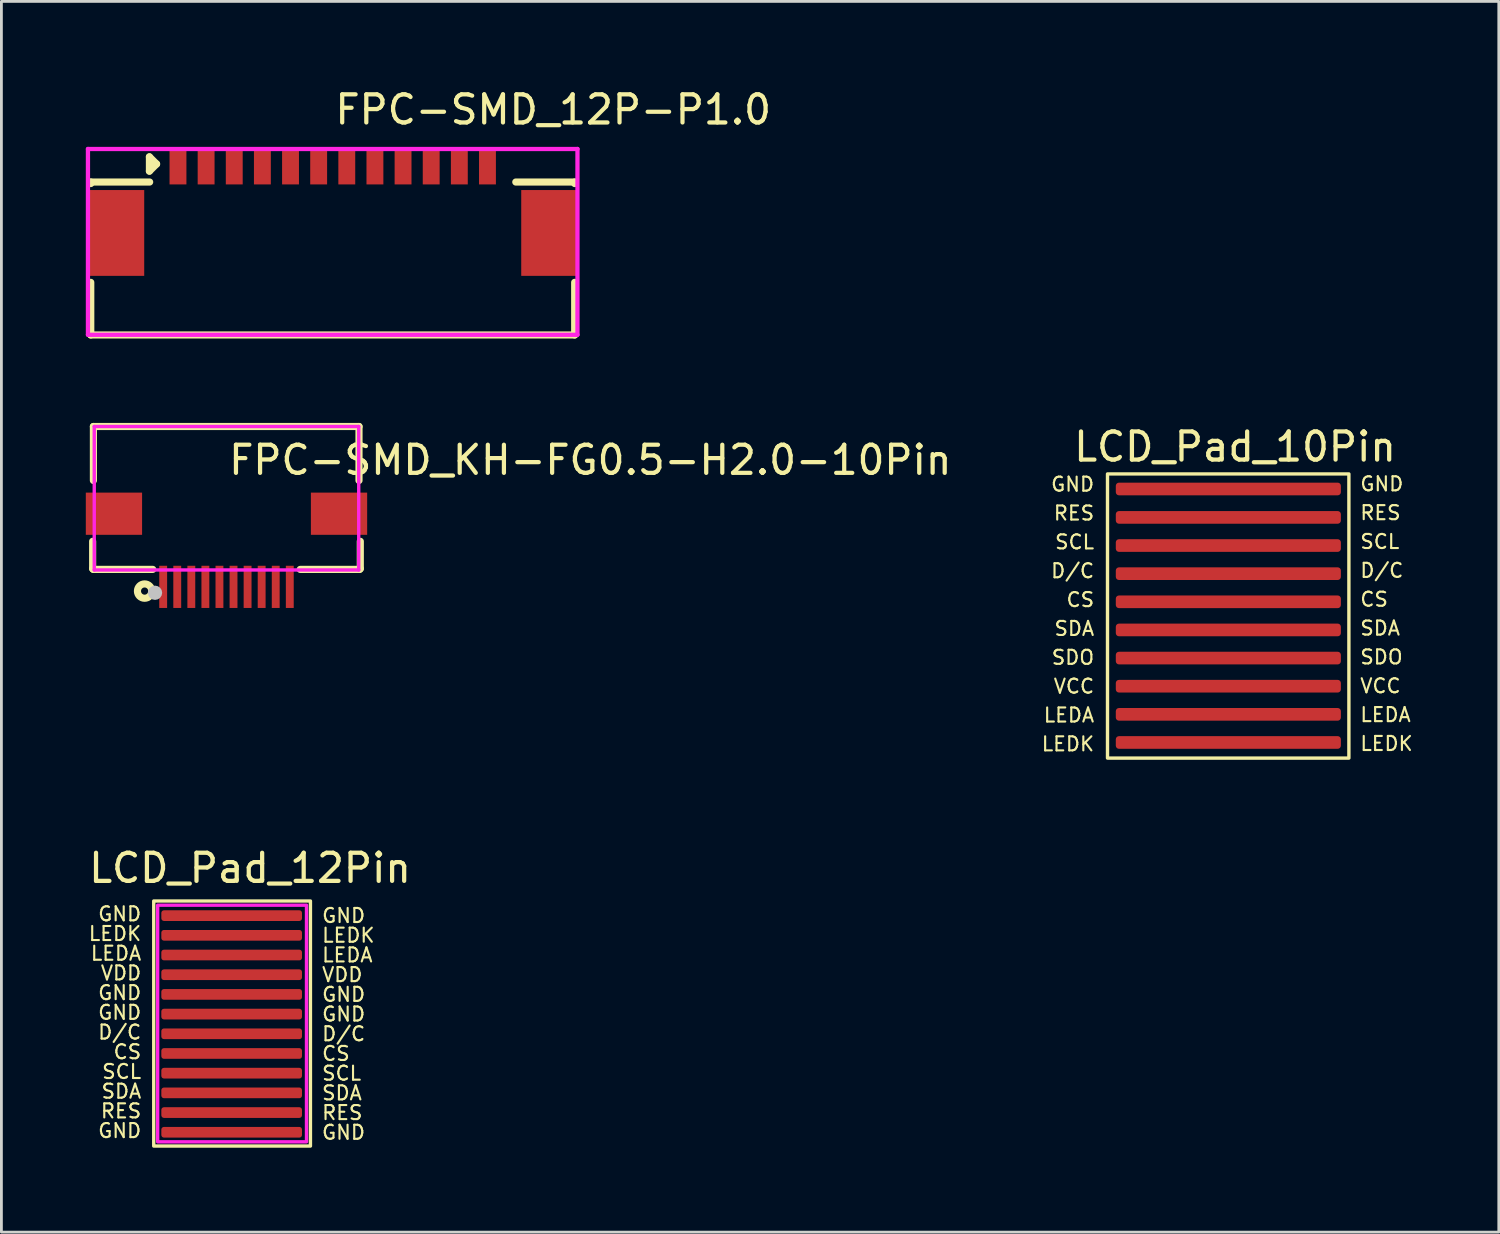
<source format=kicad_pcb>
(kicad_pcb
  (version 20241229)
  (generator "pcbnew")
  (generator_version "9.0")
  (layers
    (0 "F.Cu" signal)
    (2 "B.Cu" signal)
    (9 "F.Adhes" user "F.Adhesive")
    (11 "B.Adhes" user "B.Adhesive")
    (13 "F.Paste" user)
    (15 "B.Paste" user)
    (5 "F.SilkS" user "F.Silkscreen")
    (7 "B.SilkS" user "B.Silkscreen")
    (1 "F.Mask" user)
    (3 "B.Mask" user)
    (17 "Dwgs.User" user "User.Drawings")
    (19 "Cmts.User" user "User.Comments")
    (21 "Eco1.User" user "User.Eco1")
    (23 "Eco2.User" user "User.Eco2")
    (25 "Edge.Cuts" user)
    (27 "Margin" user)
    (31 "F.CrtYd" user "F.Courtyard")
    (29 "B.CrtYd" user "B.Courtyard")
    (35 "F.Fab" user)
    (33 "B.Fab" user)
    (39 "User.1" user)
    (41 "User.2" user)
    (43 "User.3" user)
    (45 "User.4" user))
  (footprint "FPC-SMD_12P-P1.0"
    (layer "F.Cu")
    (at 8.776 4.055)
    (property "Reference" "FPC-SMD_12P-P1.0" (at 0 -3.207 0) (layer "F.SilkS") (effects (font (size 1 1) (thickness 0.15)) (justify left)))
    (attr through_hole)
    (fp_line (start -8.6 -0.635) (end -8.6 -0.581) (stroke (width 0.254) (type solid)) (layer "F.SilkS"))
    (fp_line (start -8.6 -0.635) (end -6.507 -0.635) (stroke (width 0.254) (type solid)) (layer "F.SilkS"))
    (fp_line (start -8.6 2.931) (end -8.6 4.8) (stroke (width 0.254) (type solid)) (layer "F.SilkS"))
    (fp_line (start -6.515 -1.53) (end -6.261 -1.276) (stroke (width 0.254) (type solid)) (layer "F.SilkS"))
    (fp_line (start -6.515 -1.022) (end -6.515 -1.53) (stroke (width 0.254) (type solid)) (layer "F.SilkS"))
    (fp_line (start -6.261 -1.276) (end -6.515 -1.022) (stroke (width 0.254) (type solid)) (layer "F.SilkS"))
    (fp_line (start 8.6 -0.635) (end 6.507 -0.635) (stroke (width 0.254) (type solid)) (layer "F.SilkS"))
    (fp_line (start 8.6 -0.635) (end 8.6 -0.581) (stroke (width 0.254) (type solid)) (layer "F.SilkS"))
    (fp_line (start 8.6 2.931) (end 8.6 4.8) (stroke (width 0.254) (type solid)) (layer "F.SilkS"))
    (fp_line (start 8.6 4.8) (end -8.6 4.8) (stroke (width 0.254) (type solid)) (layer "F.SilkS"))
    (fp_line (start -8.7 -1.81) (end 8.699 -1.81) (stroke (width 0.152) (type solid)) (layer "F.CrtYd"))
    (fp_line (start -8.7 4.794) (end -8.7 -1.81) (stroke (width 0.152) (type solid)) (layer "F.CrtYd"))
    (fp_line (start 8.699 -1.81) (end 8.699 4.794) (stroke (width 0.152) (type solid)) (layer "F.CrtYd"))
    (fp_line (start 8.699 4.794) (end -8.7 4.794) (stroke (width 0.152) (type solid)) (layer "F.CrtYd"))
    (pad "1" smd rect (at -5.5 -1.175) (size 0.6 1.25) (layers "F.Cu" "F.Mask" "F.Paste"))
    (pad "2" smd rect (at -4.5 -1.175) (size 0.6 1.25) (layers "F.Cu" "F.Mask" "F.Paste"))
    (pad "3" smd rect (at -3.5 -1.175) (size 0.6 1.25) (layers "F.Cu" "F.Mask" "F.Paste"))
    (pad "4" smd rect (at -2.5 -1.175) (size 0.6 1.25) (layers "F.Cu" "F.Mask" "F.Paste"))
    (pad "5" smd rect (at -1.5 -1.175) (size 0.6 1.25) (layers "F.Cu" "F.Mask" "F.Paste"))
    (pad "6" smd rect (at -0.5 -1.175) (size 0.6 1.25) (layers "F.Cu" "F.Mask" "F.Paste"))
    (pad "7" smd rect (at 0.5 -1.175) (size 0.6 1.25) (layers "F.Cu" "F.Mask" "F.Paste"))
    (pad "8" smd rect (at 1.5 -1.175) (size 0.6 1.25) (layers "F.Cu" "F.Mask" "F.Paste"))
    (pad "9" smd rect (at 2.5 -1.175) (size 0.6 1.25) (layers "F.Cu" "F.Mask" "F.Paste"))
    (pad "10" smd rect (at 3.5 -1.175) (size 0.6 1.25) (layers "F.Cu" "F.Mask" "F.Paste"))
    (pad "11" smd rect (at 4.5 -1.175) (size 0.6 1.25) (layers "F.Cu" "F.Mask" "F.Paste"))
    (pad "12" smd rect (at 5.5 -1.175) (size 0.6 1.25) (layers "F.Cu" "F.Mask" "F.Paste"))
    (pad "13" smd rect (at 7.7 1.175) (size 2 3.05) (layers "F.Cu" "F.Mask" "F.Paste"))
    (pad "14" smd rect (at -7.7 1.175) (size 2 3.05) (layers "F.Cu" "F.Mask" "F.Paste")))
  (footprint "LCD_Pad_10Pin"
    (layer "F.Cu")
    (at 40.674 18.23)
    (property "Reference" "LCD_Pad_10Pin" (at 0.175 -5.4 0) (unlocked yes) (layer "F.SilkS") (effects (font (size 1 1) (thickness 0.15))))
    (attr smd)
    (fp_rect (start -4.36 -4.435) (end 4.22 5.665) (stroke (width 0.12) (type solid)) (fill no) (layer "F.SilkS"))
    (fp_rect (start -4.2 -4.285) (end 4.06 5.515) (stroke (width 0.12) (type solid)) (fill no) (layer "Margin"))
    (fp_text user "D/C" (at -5.6 -0.99 0) (unlocked yes) (layer "F.SilkS") (effects (font (size 0.5 0.5) (thickness 0.075))))
    (fp_text user "RES" (at 5.342 -3.054 0) (unlocked yes) (layer "F.SilkS") (effects (font (size 0.5 0.5) (thickness 0.075))))
    (fp_text user "LEDA" (at 5.521 4.124 0) (unlocked yes) (layer "F.SilkS") (effects (font (size 0.5 0.5) (thickness 0.075))))
    (fp_text user "RES" (at -5.552 -3.041 0) (unlocked yes) (layer "F.SilkS") (effects (font (size 0.5 0.5) (thickness 0.075))))
    (fp_text user "D/C" (at 5.39 -1.003 0) (unlocked yes) (layer "F.SilkS") (effects (font (size 0.5 0.5) (thickness 0.075))))
    (fp_text user "VCC" (at -5.552 3.112 0) (unlocked yes) (layer "F.SilkS") (effects (font (size 0.5 0.5) (thickness 0.075))))
    (fp_text user "GND" (at -5.6 -4.067 0) (unlocked yes) (layer "F.SilkS") (effects (font (size 0.5 0.5) (thickness 0.075))))
    (fp_text user "CS" (at 5.116 0.022 0) (unlocked yes) (layer "F.SilkS") (effects (font (size 0.5 0.5) (thickness 0.075))))
    (fp_text user "SDA" (at 5.33 1.048 0) (unlocked yes) (layer "F.SilkS") (effects (font (size 0.5 0.5) (thickness 0.075))))
    (fp_text user "SDO" (at 5.378 2.073 0) (unlocked yes) (layer "F.SilkS") (effects (font (size 0.5 0.5) (thickness 0.075))))
    (fp_text user "LEDA" (at -5.731 4.138 0) (unlocked yes) (layer "F.SilkS") (effects (font (size 0.5 0.5) (thickness 0.075))))
    (fp_text user "SCL" (at 5.319 -2.029 0) (unlocked yes) (layer "F.SilkS") (effects (font (size 0.5 0.5) (thickness 0.075))))
    (fp_text user "GND" (at 5.39 -4.08 0) (unlocked yes) (layer "F.SilkS") (effects (font (size 0.5 0.5) (thickness 0.075))))
    (fp_text user "LEDK" (at -5.767 5.163 0) (unlocked yes) (layer "F.SilkS") (effects (font (size 0.5 0.5) (thickness 0.075))))
    (fp_text user "SDO" (at -5.588 2.087 0) (unlocked yes) (layer "F.SilkS") (effects (font (size 0.5 0.5) (thickness 0.075))))
    (fp_text user "SCL" (at -5.529 -2.016 0) (unlocked yes) (layer "F.SilkS") (effects (font (size 0.5 0.5) (thickness 0.075))))
    (fp_text user "LEDK" (at 5.557 5.15 0) (unlocked yes) (layer "F.SilkS") (effects (font (size 0.5 0.5) (thickness 0.075))))
    (fp_text user "VCC" (at 5.342 3.099 0) (unlocked yes) (layer "F.SilkS") (effects (font (size 0.5 0.5) (thickness 0.075))))
    (fp_text user "SDA" (at -5.54 1.061 0) (unlocked yes) (layer "F.SilkS") (effects (font (size 0.5 0.5) (thickness 0.075))))
    (fp_text user "CS" (at -5.326 0.036 0) (unlocked yes) (layer "F.SilkS") (effects (font (size 0.5 0.5) (thickness 0.075))))
    (pad "1" smd roundrect (at -0.065 -3.9) (size 8 0.45) (layers "F.Cu" "F.Mask" "F.Paste") (roundrect_rratio 0.25))
    (pad "2" smd roundrect (at -0.065 -2.89) (size 8 0.45) (layers "F.Cu" "F.Mask" "F.Paste") (roundrect_rratio 0.25))
    (pad "3" smd roundrect (at -0.065 -1.89) (size 8 0.45) (layers "F.Cu" "F.Mask" "F.Paste") (roundrect_rratio 0.25))
    (pad "4" smd roundrect (at -0.065 -0.89) (size 8 0.45) (layers "F.Cu" "F.Mask" "F.Paste") (roundrect_rratio 0.25))
    (pad "5" smd roundrect (at -0.065 0.11) (size 8 0.45) (layers "F.Cu" "F.Mask" "F.Paste") (roundrect_rratio 0.25))
    (pad "6" smd roundrect (at -0.065 1.11) (size 8 0.45) (layers "F.Cu" "F.Mask" "F.Paste") (roundrect_rratio 0.25))
    (pad "7" smd roundrect (at -0.065 2.11) (size 8 0.45) (layers "F.Cu" "F.Mask" "F.Paste") (roundrect_rratio 0.25))
    (pad "8" smd roundrect (at -0.065 3.11) (size 8 0.45) (layers "F.Cu" "F.Mask" "F.Paste") (roundrect_rratio 0.25))
    (pad "9" smd roundrect (at -0.065 4.11) (size 8 0.45) (layers "F.Cu" "F.Mask" "F.Paste") (roundrect_rratio 0.25))
    (pad "10" smd roundrect (at -0.065 5.11) (size 8 0.45) (layers "F.Cu" "F.Mask" "F.Paste") (roundrect_rratio 0.25)))
  (footprint "FPC-SMD_KH-FG0.5-H2.0-10Pin"
    (layer "F.Cu")
    (at 5 16.509)
    (property "Reference" "FPC-SMD_KH-FG0.5-H2.0-10Pin" (at 0 -3.207 0) (layer "F.SilkS") (effects (font (size 1 1) (thickness 0.15)) (justify left)))
    (attr through_hole)
    (fp_line (start -4.757 -0.319) (end -4.757 0.653) (stroke (width 0.254) (type solid)) (layer "F.SilkS"))
    (fp_line (start -4.757 0.653) (end -4.731 0.679) (stroke (width 0.254) (type solid)) (layer "F.SilkS"))
    (fp_line (start -4.731 0.679) (end -2.621 0.679) (stroke (width 0.254) (type solid)) (layer "F.SilkS"))
    (fp_line (start -4.73 -4.4) (end 4.71 -4.4) (stroke (width 0.254) (type solid)) (layer "F.SilkS"))
    (fp_line (start -4.73 -2.481) (end -4.73 -4.4) (stroke (width 0.254) (type solid)) (layer "F.SilkS"))
    (fp_line (start 2.621 0.679) (end 4.73 0.679) (stroke (width 0.254) (type solid)) (layer "F.SilkS"))
    (fp_line (start 4.71 -4.4) (end 4.71 -2.481) (stroke (width 0.254) (type solid)) (layer "F.SilkS"))
    (fp_line (start 4.73 0.679) (end 4.756 0.653) (stroke (width 0.254) (type solid)) (layer "F.SilkS"))
    (fp_line (start 4.756 0.653) (end 4.756 -0.319) (stroke (width 0.254) (type solid)) (layer "F.SilkS"))
    (fp_circle (center -2.91 1.45) (end -2.655 1.45) (stroke (width 0.254) (type solid)) (fill no) (layer "F.SilkS"))
    (fp_circle (center -2.54 1.51) (end -2.413 1.51) (stroke (width 0.254) (type solid)) (fill no) (layer "Dwgs.User"))
    (fp_circle (center -4.7 1.5) (end -4.67 1.5) (stroke (width 0.06) (type solid)) (fill no) (layer "Eco2.User"))
    (fp_poly (pts (xy -4.7 -1.85) (xy -3.3 -1.85) (xy -3.3 -0.85) (xy -4.7 -0.85)) (stroke (width 0.12) (type solid)) (fill no) (layer "Eco2.User"))
    (fp_poly (pts (xy -2.35 0.5) (xy -2.15 0.5) (xy -2.15 1.5) (xy -2.35 1.5)) (stroke (width 0.12) (type solid)) (fill no) (layer "Eco2.User"))
    (fp_poly (pts (xy -1.85 0.5) (xy -1.65 0.5) (xy -1.65 1.5) (xy -1.85 1.5)) (stroke (width 0.12) (type solid)) (fill no) (layer "Eco2.User"))
    (fp_poly (pts (xy -1.35 0.5) (xy -1.15 0.5) (xy -1.15 1.5) (xy -1.35 1.5)) (stroke (width 0.12) (type solid)) (fill no) (layer "Eco2.User"))
    (fp_poly (pts (xy -0.85 0.5) (xy -0.65 0.5) (xy -0.65 1.5) (xy -0.85 1.5)) (stroke (width 0.12) (type solid)) (fill no) (layer "Eco2.User"))
    (fp_poly (pts (xy -0.35 0.5) (xy -0.15 0.5) (xy -0.15 1.5) (xy -0.35 1.5)) (stroke (width 0.12) (type solid)) (fill no) (layer "Eco2.User"))
    (fp_poly (pts (xy 0.15 0.5) (xy 0.35 0.5) (xy 0.35 1.5) (xy 0.15 1.5)) (stroke (width 0.12) (type solid)) (fill no) (layer "Eco2.User"))
    (fp_poly (pts (xy 0.65 0.5) (xy 0.85 0.5) (xy 0.85 1.5) (xy 0.65 1.5)) (stroke (width 0.12) (type solid)) (fill no) (layer "Eco2.User"))
    (fp_poly (pts (xy 1.15 0.5) (xy 1.35 0.5) (xy 1.35 1.5) (xy 1.15 1.5)) (stroke (width 0.12) (type solid)) (fill no) (layer "Eco2.User"))
    (fp_poly (pts (xy 1.65 0.5) (xy 1.85 0.5) (xy 1.85 1.5) (xy 1.65 1.5)) (stroke (width 0.12) (type solid)) (fill no) (layer "Eco2.User"))
    (fp_poly (pts (xy 2.15 0.5) (xy 2.35 0.5) (xy 2.35 1.5) (xy 2.15 1.5)) (stroke (width 0.12) (type solid)) (fill no) (layer "Eco2.User"))
    (fp_poly (pts (xy 3.3 -1.85) (xy 4.7 -1.85) (xy 4.7 -0.85) (xy 3.3 -0.85)) (stroke (width 0.12) (type solid)) (fill no) (layer "Eco2.User"))
    (fp_line (start -4.7 -4.4) (end 4.7 -4.4) (stroke (width 0.12) (type solid)) (layer "F.CrtYd"))
    (fp_line (start -4.7 0.7) (end -4.7 -4.4) (stroke (width 0.12) (type solid)) (layer "F.CrtYd"))
    (fp_line (start 4.7 -4.4) (end 4.7 0.7) (stroke (width 0.12) (type solid)) (layer "F.CrtYd"))
    (fp_line (start 4.7 0.7) (end -4.7 0.7) (stroke (width 0.12) (type solid)) (layer "F.CrtYd"))
    (pad "1" smd rect (at -2.25 1.3) (size 0.28 1.5) (layers "F.Cu" "F.Mask" "F.Paste"))
    (pad "2" smd rect (at -1.75 1.3) (size 0.28 1.5) (layers "F.Cu" "F.Mask" "F.Paste"))
    (pad "3" smd rect (at -1.25 1.3) (size 0.28 1.5) (layers "F.Cu" "F.Mask" "F.Paste"))
    (pad "4" smd rect (at -0.75 1.3) (size 0.28 1.5) (layers "F.Cu" "F.Mask" "F.Paste"))
    (pad "5" smd rect (at -0.25 1.3) (size 0.28 1.5) (layers "F.Cu" "F.Mask" "F.Paste"))
    (pad "6" smd rect (at 0.25 1.3) (size 0.28 1.5) (layers "F.Cu" "F.Mask" "F.Paste"))
    (pad "7" smd rect (at 0.75 1.3) (size 0.28 1.5) (layers "F.Cu" "F.Mask" "F.Paste"))
    (pad "8" smd rect (at 1.25 1.3) (size 0.28 1.5) (layers "F.Cu" "F.Mask" "F.Paste"))
    (pad "9" smd rect (at 1.75 1.3) (size 0.28 1.5) (layers "F.Cu" "F.Mask" "F.Paste"))
    (pad "10" smd rect (at 2.25 1.3) (size 0.28 1.5) (layers "F.Cu" "F.Mask" "F.Paste"))
    (pad "11" smd rect (at 4 -1.3) (size 2 1.5) (layers "F.Cu" "F.Mask" "F.Paste"))
    (pad "12" smd rect (at -4 -1.3) (size 2 1.5) (layers "F.Cu" "F.Mask" "F.Paste")))
  (footprint "LCD_Pad_12Pin"
    (layer "F.Cu")
    (at 5.064 33.404)
    (property "Reference" "LCD_Pad_12Pin" (at 0.775 -5.6 0) (unlocked yes) (layer "F.SilkS") (effects (font (size 1 1) (thickness 0.15))))
    (attr smd)
    (fp_rect (start -2.65 -4.43) (end 2.92 4.28) (stroke (width 0.12) (type solid)) (fill no) (layer "F.SilkS"))
    (fp_rect (start -2.51 -4.28) (end 2.78 4.13) (stroke (width 0.12) (type solid)) (fill no) (layer "F.CrtYd"))
    (fp_text user "GND" (at -3.86 -0.468 0) (unlocked yes) (layer "F.SilkS") (effects (font (size 0.5 0.5) (thickness 0.075))))
    (fp_text user "LEDA" (at -3.991 -2.569 0) (unlocked yes) (layer "F.SilkS") (effects (font (size 0.5 0.5) (thickness 0.075))))
    (fp_text user "LEDK" (at -4.027 -3.27 0) (unlocked yes) (layer "F.SilkS") (effects (font (size 0.5 0.5) (thickness 0.075))))
    (fp_text user "SDA" (at -3.8 2.334 0) (unlocked yes) (layer "F.SilkS") (effects (font (size 0.5 0.5) (thickness 0.075))))
    (fp_text user "LEDK" (at 4.267 -3.21 0) (unlocked yes) (layer "F.SilkS") (effects (font (size 0.5 0.5) (thickness 0.075))))
    (fp_text user "GND" (at 4.1 -0.408 0) (unlocked yes) (layer "F.SilkS") (effects (font (size 0.5 0.5) (thickness 0.075))))
    (fp_text user "CS" (at 3.826 0.993 0) (unlocked yes) (layer "F.SilkS") (effects (font (size 0.5 0.5) (thickness 0.075))))
    (fp_text user "SCL" (at -3.789 1.634 0) (unlocked yes) (layer "F.SilkS") (effects (font (size 0.5 0.5) (thickness 0.075))))
    (fp_text user "RES" (at 4.052 3.095 0) (unlocked yes) (layer "F.SilkS") (effects (font (size 0.5 0.5) (thickness 0.075))))
    (fp_text user "SCL" (at 4.029 1.694 0) (unlocked yes) (layer "F.SilkS") (effects (font (size 0.5 0.5) (thickness 0.075))))
    (fp_text user "D/C" (at -3.86 0.233 0) (unlocked yes) (layer "F.SilkS") (effects (font (size 0.5 0.5) (thickness 0.075))))
    (fp_text user "CS" (at -3.586 0.933 0) (unlocked yes) (layer "F.SilkS") (effects (font (size 0.5 0.5) (thickness 0.075))))
    (fp_text user "GND" (at 4.1 -1.108 0) (unlocked yes) (layer "F.SilkS") (effects (font (size 0.5 0.5) (thickness 0.075))))
    (fp_text user "GND" (at 4.1 -3.91 0) (unlocked yes) (layer "F.SilkS") (effects (font (size 0.5 0.5) (thickness 0.075))))
    (fp_text user "VDD" (at -3.812 -1.869 0) (unlocked yes) (layer "F.SilkS") (effects (font (size 0.5 0.5) (thickness 0.075))))
    (fp_text user "GND" (at 4.096 3.795 0) (unlocked yes) (layer "F.SilkS") (effects (font (size 0.5 0.5) (thickness 0.075))))
    (fp_text user "GND" (at -3.86 -1.168 0) (unlocked yes) (layer "F.SilkS") (effects (font (size 0.5 0.5) (thickness 0.075))))
    (fp_text user "VDD" (at 4.052 -1.809 0) (unlocked yes) (layer "F.SilkS") (effects (font (size 0.5 0.5) (thickness 0.075))))
    (fp_text user "D/C" (at 4.1 0.293 0) (unlocked yes) (layer "F.SilkS") (effects (font (size 0.5 0.5) (thickness 0.075))))
    (fp_text user "SDA" (at 4.04 2.394 0) (unlocked yes) (layer "F.SilkS") (effects (font (size 0.5 0.5) (thickness 0.075))))
    (fp_text user "RES" (at -3.812 3.035 0) (unlocked yes) (layer "F.SilkS") (effects (font (size 0.5 0.5) (thickness 0.075))))
    (fp_text user "GND" (at -3.86 3.735 0) (unlocked yes) (layer "F.SilkS") (effects (font (size 0.5 0.5) (thickness 0.075))))
    (fp_text user "LEDA" (at 4.231 -2.509 0) (unlocked yes) (layer "F.SilkS") (effects (font (size 0.5 0.5) (thickness 0.075))))
    (fp_text user "GND" (at -3.86 -3.97 0) (unlocked yes) (layer "F.SilkS") (effects (font (size 0.5 0.5) (thickness 0.075))))
    (pad "1" smd roundrect (at 0.12 -3.91) (size 5 0.38) (layers "F.Cu" "F.Mask" "F.Paste") (roundrect_rratio 0.25))
    (pad "2" smd roundrect (at 0.12 -3.21) (size 5 0.38) (layers "F.Cu" "F.Mask" "F.Paste") (roundrect_rratio 0.25))
    (pad "3" smd roundrect (at 0.12 -2.51) (size 5 0.38) (layers "F.Cu" "F.Mask" "F.Paste") (roundrect_rratio 0.25))
    (pad "4" smd roundrect (at 0.12 -1.81) (size 5 0.38) (layers "F.Cu" "F.Mask" "F.Paste") (roundrect_rratio 0.25))
    (pad "5" smd roundrect (at 0.12 -1.11) (size 5 0.38) (layers "F.Cu" "F.Mask" "F.Paste") (roundrect_rratio 0.25))
    (pad "6" smd roundrect (at 0.12 -0.41) (size 5 0.38) (layers "F.Cu" "F.Mask" "F.Paste") (roundrect_rratio 0.25))
    (pad "7" smd roundrect (at 0.12 0.29) (size 5 0.38) (layers "F.Cu" "F.Mask" "F.Paste") (roundrect_rratio 0.25))
    (pad "8" smd roundrect (at 0.12 0.99) (size 5 0.38) (layers "F.Cu" "F.Mask" "F.Paste") (roundrect_rratio 0.25))
    (pad "9" smd roundrect (at 0.12 1.69) (size 5 0.38) (layers "F.Cu" "F.Mask" "F.Paste") (roundrect_rratio 0.25))
    (pad "10" smd roundrect (at 0.12 2.39) (size 5 0.38) (layers "F.Cu" "F.Mask" "F.Paste") (roundrect_rratio 0.25))
    (pad "11" smd roundrect (at 0.12 3.09) (size 5 0.38) (layers "F.Cu" "F.Mask" "F.Paste") (roundrect_rratio 0.25))
    (pad "12" smd roundrect (at 0.12 3.79) (size 5 0.38) (layers "F.Cu" "F.Mask" "F.Paste") (roundrect_rratio 0.25)))
  (gr_rect
    (start -3 -3)
    (end 50.222 40.744)
    (stroke (width 0.1) (type default))
    (fill no)
    (layer "Edge.Cuts")))
</source>
